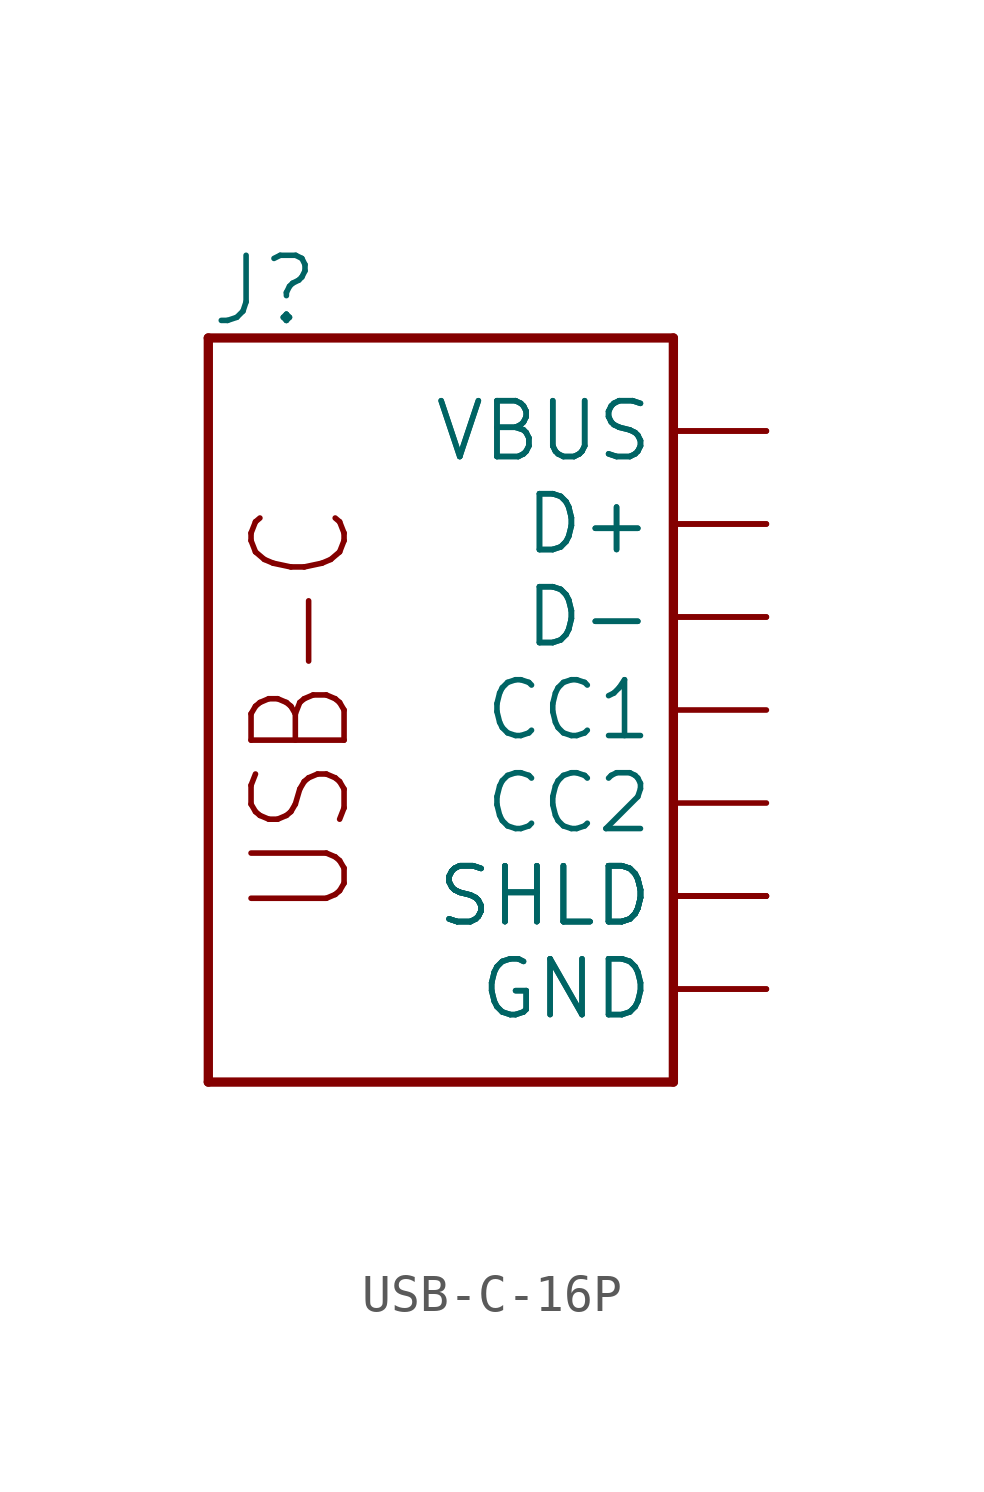
<source format=kicad_sym>
(kicad_symbol_lib
  (version 20241209)
  (generator "kicad_symbol_editor")
  (generator_version "9.0")
  (symbol "USB-C-16P"
    (property "Reference" "J"
      (at 0 20.574 0)
      (effects (font (size 1.778 1.778)) (justify left bottom)))
    (property "Value" ""
      (at 0 -2.286 0)
      (effects (font (size 1.778 1.778)) (justify left bottom)))
    (property "ki_locked" ""
      (at 0 0 0)
      (effects (font (size 1.27 1.27))))
    (symbol "USB-C-16P_1_0"
      (polyline (pts (xy 0 0) (xy 0 20.32)) (stroke (width 0.254) (type solid)) (fill (type none)))
      (polyline (pts (xy 0 0) (xy 12.7 0)) (stroke (width 0.254) (type solid)) (fill (type none)))
      (polyline (pts (xy 12.7 20.32) (xy 0 20.32)) (stroke (width 0.254) (type solid)) (fill (type none)))
      (polyline (pts (xy 12.7 0) (xy 12.7 20.32)) (stroke (width 0.254) (type solid)) (fill (type none)))
      (text "USB-C" (at 2.54 10.16 900) (effects (font (size 2.54 2.159))))
      (pin bidirectional line (at 15.24 17.78 180) (length 2.54) (name "VBUS" (effects (font (size 1.524 1.524)))) (number "VBUS1" (effects (font (size 0 0)))))
      (pin bidirectional line (at 15.24 17.78 180) (length 2.54) (name "VBUS" (effects (font (size 1.524 1.524)))) (number "VBUS2" (effects (font (size 0 0)))))
      (pin bidirectional line (at 15.24 15.24 180) (length 2.54) (name "D+" (effects (font (size 1.524 1.524)))) (number "A6" (effects (font (size 0 0)))))
      (pin bidirectional line (at 15.24 15.24 180) (length 2.54) (name "D+" (effects (font (size 1.524 1.524)))) (number "B6" (effects (font (size 0 0)))))
      (pin bidirectional line (at 15.24 12.7 180) (length 2.54) (name "D-" (effects (font (size 1.524 1.524)))) (number "A7" (effects (font (size 0 0)))))
      (pin bidirectional line (at 15.24 12.7 180) (length 2.54) (name "D-" (effects (font (size 1.524 1.524)))) (number "B7" (effects (font (size 0 0)))))
      (pin bidirectional line (at 15.24 10.16 180) (length 2.54) (name "CC1" (effects (font (size 1.524 1.524)))) (number "A5" (effects (font (size 0 0)))))
      (pin bidirectional line (at 15.24 7.62 180) (length 2.54) (name "CC2" (effects (font (size 1.524 1.524)))) (number "B5" (effects (font (size 0 0)))))
      (pin bidirectional line (at 15.24 5.08 180) (length 2.54) (name "SHLD" (effects (font (size 1.524 1.524)))) (number "S1" (effects (font (size 0 0)))))
      (pin bidirectional line (at 15.24 5.08 180) (length 2.54) (name "SHLD" (effects (font (size 1.524 1.524)))) (number "S2" (effects (font (size 0 0)))))
      (pin bidirectional line (at 15.24 5.08 180) (length 2.54) (name "SHLD" (effects (font (size 1.524 1.524)))) (number "S3" (effects (font (size 0 0)))))
      (pin bidirectional line (at 15.24 5.08 180) (length 2.54) (name "SHLD" (effects (font (size 1.524 1.524)))) (number "S4" (effects (font (size 0 0)))))
      (pin bidirectional line (at 15.24 2.54 180) (length 2.54) (name "GND" (effects (font (size 1.524 1.524)))) (number "GND1" (effects (font (size 0 0)))))
      (pin bidirectional line (at 15.24 2.54 180) (length 2.54) (name "GND" (effects (font (size 1.524 1.524)))) (number "GND2" (effects (font (size 0 0))))))))
</source>
